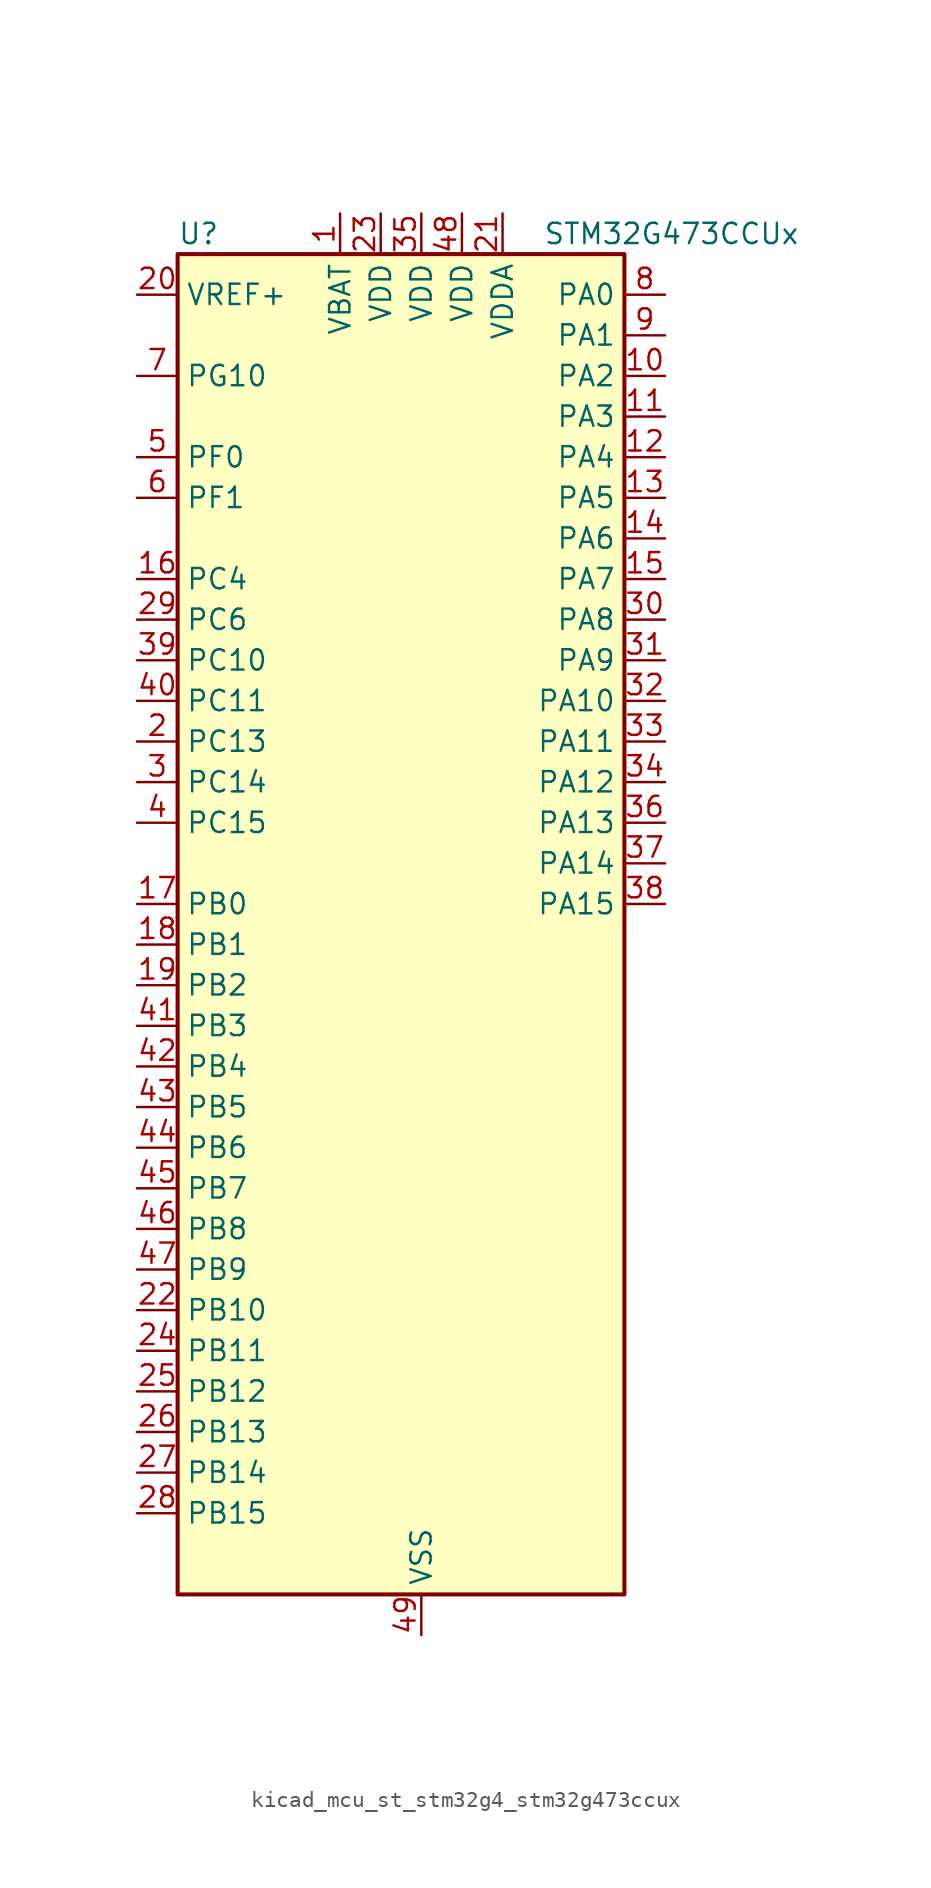
<source format=kicad_sym>
(kicad_symbol_lib
  (version 20220914)
  (generator kicad_symbol_editor)
  (symbol "kicad_mcu_st_stm32g4_stm32g473ccux"
    (property "Reference" "U"
      (at -12.7 44.45 0)
      (effects (font (size 1.27 1.27)) (justify left)))
    (property "Value" "STM32G473CCUx"
      (at 10.16 44.45 0)
      (effects (font (size 1.27 1.27)) (justify left)))
    (property "ki_locked" ""
      (at 0 0 0)
      (effects (font (size 1.27 1.27))))
    (symbol "kicad_mcu_st_stm32g4_stm32g473ccux_0_1"
      (rectangle (start -12.7 -40.64) (end 15.24 43.18) (stroke (width 0.254) (type default)) (fill (type background))))
    (symbol "kicad_mcu_st_stm32g4_stm32g473ccux_1_1"
      (pin power_in line (at -2.54 45.72 270) (length 2.54) (name "VBAT" (effects (font (size 1.27 1.27)))) (number "1" (effects (font (size 1.27 1.27)))))
      (pin bidirectional line (at 17.78 35.56 180) (length 2.54) (name "PA2" (effects (font (size 1.27 1.27)))) (number "10" (effects (font (size 1.27 1.27)))) (alternate "ADC1_IN3" bidirectional line) (alternate "ADC3_EXTI2" bidirectional line) (alternate "ADC4_EXTI2" bidirectional line) (alternate "ADC5_EXTI2" bidirectional line) (alternate "COMP2_INM" bidirectional line) (alternate "COMP2_OUT" bidirectional line) (alternate "LPUART1_TX" bidirectional line) (alternate "OPAMP1_VOUT" bidirectional line) (alternate "QUADSPI1_BK1_NCS" bidirectional line) (alternate "RCC_LSCO" bidirectional line) (alternate "SYS_WKUP4" bidirectional line) (alternate "TIM15_CH1" bidirectional line) (alternate "TIM2_CH3" bidirectional line) (alternate "TIM5_CH3" bidirectional line) (alternate "UCPD1_FRSTX1" bidirectional line) (alternate "UCPD1_FRSTX2" bidirectional line) (alternate "USART2_TX" bidirectional line))
      (pin bidirectional line (at 17.78 33.02 180) (length 2.54) (name "PA3" (effects (font (size 1.27 1.27)))) (number "11" (effects (font (size 1.27 1.27)))) (alternate "ADC1_IN4" bidirectional line) (alternate "ADC3_EXTI3" bidirectional line) (alternate "ADC4_EXTI3" bidirectional line) (alternate "ADC5_EXTI3" bidirectional line) (alternate "COMP2_INP" bidirectional line) (alternate "LPUART1_RX" bidirectional line) (alternate "OPAMP1_VINM" bidirectional line) (alternate "OPAMP1_VINM0" bidirectional line) (alternate "OPAMP1_VINM_SEC" bidirectional line) (alternate "OPAMP1_VINP" bidirectional line) (alternate "OPAMP1_VINP_SEC" bidirectional line) (alternate "OPAMP5_VINM" bidirectional line) (alternate "OPAMP5_VINM1" bidirectional line) (alternate "OPAMP5_VINM_SEC" bidirectional line) (alternate "QUADSPI1_CLK" bidirectional line) (alternate "SAI1_CK1" bidirectional line) (alternate "SAI1_MCLK_A" bidirectional line) (alternate "TIM15_CH2" bidirectional line) (alternate "TIM2_CH4" bidirectional line) (alternate "TIM5_CH4" bidirectional line) (alternate "USART2_RX" bidirectional line))
      (pin bidirectional line (at 17.78 30.48 180) (length 2.54) (name "PA4" (effects (font (size 1.27 1.27)))) (number "12" (effects (font (size 1.27 1.27)))) (alternate "ADC2_IN17" bidirectional line) (alternate "COMP1_INM" bidirectional line) (alternate "DAC1_OUT1" bidirectional line) (alternate "I2S3_WS" bidirectional line) (alternate "SAI1_FS_B" bidirectional line) (alternate "SPI1_NSS" bidirectional line) (alternate "SPI3_NSS" bidirectional line) (alternate "TIM3_CH2" bidirectional line) (alternate "USART2_CK" bidirectional line))
      (pin bidirectional line (at 17.78 27.94 180) (length 2.54) (name "PA5" (effects (font (size 1.27 1.27)))) (number "13" (effects (font (size 1.27 1.27)))) (alternate "ADC2_IN13" bidirectional line) (alternate "COMP2_INM" bidirectional line) (alternate "DAC1_OUT2" bidirectional line) (alternate "OPAMP2_VINM" bidirectional line) (alternate "OPAMP2_VINM0" bidirectional line) (alternate "OPAMP2_VINM_SEC" bidirectional line) (alternate "SPI1_SCK" bidirectional line) (alternate "TIM2_CH1" bidirectional line) (alternate "TIM2_ETR" bidirectional line) (alternate "UCPD1_FRSTX1" bidirectional line) (alternate "UCPD1_FRSTX2" bidirectional line))
      (pin bidirectional line (at 17.78 25.4 180) (length 2.54) (name "PA6" (effects (font (size 1.27 1.27)))) (number "14" (effects (font (size 1.27 1.27)))) (alternate "ADC2_IN3" bidirectional line) (alternate "COMP1_OUT" bidirectional line) (alternate "DAC2_OUT1" bidirectional line) (alternate "LPUART1_CTS" bidirectional line) (alternate "OPAMP2_VOUT" bidirectional line) (alternate "QUADSPI1_BK1_IO3" bidirectional line) (alternate "SPI1_MISO" bidirectional line) (alternate "TIM16_CH1" bidirectional line) (alternate "TIM1_BKIN" bidirectional line) (alternate "TIM3_CH1" bidirectional line) (alternate "TIM8_BKIN" bidirectional line))
      (pin bidirectional line (at 17.78 22.86 180) (length 2.54) (name "PA7" (effects (font (size 1.27 1.27)))) (number "15" (effects (font (size 1.27 1.27)))) (alternate "ADC2_IN4" bidirectional line) (alternate "COMP2_INP" bidirectional line) (alternate "COMP2_OUT" bidirectional line) (alternate "OPAMP1_VINP" bidirectional line) (alternate "OPAMP1_VINP_SEC" bidirectional line) (alternate "OPAMP2_VINP" bidirectional line) (alternate "OPAMP2_VINP_SEC" bidirectional line) (alternate "QUADSPI1_BK1_IO2" bidirectional line) (alternate "SPI1_MOSI" bidirectional line) (alternate "TIM17_CH1" bidirectional line) (alternate "TIM1_CH1N" bidirectional line) (alternate "TIM3_CH2" bidirectional line) (alternate "TIM8_CH1N" bidirectional line) (alternate "UCPD1_FRSTX1" bidirectional line) (alternate "UCPD1_FRSTX2" bidirectional line))
      (pin bidirectional line (at -15.24 22.86 0) (length 2.54) (name "PC4" (effects (font (size 1.27 1.27)))) (number "16" (effects (font (size 1.27 1.27)))) (alternate "ADC2_IN5" bidirectional line) (alternate "I2C2_SCL" bidirectional line) (alternate "QUADSPI1_BK2_IO3" bidirectional line) (alternate "TIM1_ETR" bidirectional line) (alternate "USART1_TX" bidirectional line))
      (pin bidirectional line (at -15.24 2.54 0) (length 2.54) (name "PB0" (effects (font (size 1.27 1.27)))) (number "17" (effects (font (size 1.27 1.27)))) (alternate "ADC1_IN15" bidirectional line) (alternate "ADC3_IN12" bidirectional line) (alternate "COMP4_INP" bidirectional line) (alternate "OPAMP2_VINP" bidirectional line) (alternate "OPAMP2_VINP_SEC" bidirectional line) (alternate "OPAMP3_VINP" bidirectional line) (alternate "OPAMP3_VINP_SEC" bidirectional line) (alternate "QUADSPI1_BK1_IO1" bidirectional line) (alternate "TIM1_CH2N" bidirectional line) (alternate "TIM3_CH3" bidirectional line) (alternate "TIM8_CH2N" bidirectional line) (alternate "UCPD1_FRSTX1" bidirectional line) (alternate "UCPD1_FRSTX2" bidirectional line))
      (pin bidirectional line (at -15.24 0 0) (length 2.54) (name "PB1" (effects (font (size 1.27 1.27)))) (number "18" (effects (font (size 1.27 1.27)))) (alternate "ADC1_IN12" bidirectional line) (alternate "ADC3_IN1" bidirectional line) (alternate "COMP1_INP" bidirectional line) (alternate "COMP4_OUT" bidirectional line) (alternate "LPUART1_DE" bidirectional line) (alternate "LPUART1_RTS" bidirectional line) (alternate "OPAMP3_VOUT" bidirectional line) (alternate "OPAMP6_VINM" bidirectional line) (alternate "OPAMP6_VINM1" bidirectional line) (alternate "OPAMP6_VINM_SEC" bidirectional line) (alternate "QUADSPI1_BK1_IO0" bidirectional line) (alternate "TIM1_CH3N" bidirectional line) (alternate "TIM3_CH4" bidirectional line) (alternate "TIM8_CH3N" bidirectional line))
      (pin bidirectional line (at -15.24 -2.54 0) (length 2.54) (name "PB2" (effects (font (size 1.27 1.27)))) (number "19" (effects (font (size 1.27 1.27)))) (alternate "ADC2_IN12" bidirectional line) (alternate "ADC3_EXTI2" bidirectional line) (alternate "ADC4_EXTI2" bidirectional line) (alternate "ADC5_EXTI2" bidirectional line) (alternate "COMP4_INM" bidirectional line) (alternate "I2C3_SMBA" bidirectional line) (alternate "LPTIM1_OUT" bidirectional line) (alternate "OPAMP3_VINM" bidirectional line) (alternate "OPAMP3_VINM0" bidirectional line) (alternate "OPAMP3_VINM_SEC" bidirectional line) (alternate "QUADSPI1_BK2_IO1" bidirectional line) (alternate "RTC_OUT2" bidirectional line) (alternate "TIM20_CH1" bidirectional line) (alternate "TIM5_CH1" bidirectional line))
      (pin bidirectional line (at -15.24 12.7 0) (length 2.54) (name "PC13" (effects (font (size 1.27 1.27)))) (number "2" (effects (font (size 1.27 1.27)))) (alternate "RTC_OUT1" bidirectional line) (alternate "RTC_TAMP1" bidirectional line) (alternate "RTC_TS" bidirectional line) (alternate "SYS_WKUP2" bidirectional line) (alternate "TIM1_BKIN" bidirectional line) (alternate "TIM1_CH1N" bidirectional line) (alternate "TIM8_CH4N" bidirectional line))
      (pin input line (at -15.24 40.64 0) (length 2.54) (name "VREF+" (effects (font (size 1.27 1.27)))) (number "20" (effects (font (size 1.27 1.27)))) (alternate "VREFBUF_OUT" bidirectional line))
      (pin power_in line (at 7.62 45.72 270) (length 2.54) (name "VDDA" (effects (font (size 1.27 1.27)))) (number "21" (effects (font (size 1.27 1.27)))))
      (pin bidirectional line (at -15.24 -22.86 0) (length 2.54) (name "PB10" (effects (font (size 1.27 1.27)))) (number "22" (effects (font (size 1.27 1.27)))) (alternate "COMP5_INM" bidirectional line) (alternate "DAC1_EXTI10" bidirectional line) (alternate "DAC2_EXTI10" bidirectional line) (alternate "DAC3_EXTI10" bidirectional line) (alternate "DAC4_EXTI10" bidirectional line) (alternate "LPUART1_RX" bidirectional line) (alternate "OPAMP3_VINM" bidirectional line) (alternate "OPAMP3_VINM1" bidirectional line) (alternate "OPAMP3_VINM_SEC" bidirectional line) (alternate "OPAMP4_VINM" bidirectional line) (alternate "OPAMP4_VINM0" bidirectional line) (alternate "OPAMP4_VINM_SEC" bidirectional line) (alternate "QUADSPI1_CLK" bidirectional line) (alternate "SAI1_SCK_A" bidirectional line) (alternate "TIM1_BKIN" bidirectional line) (alternate "TIM2_CH3" bidirectional line) (alternate "USART3_TX" bidirectional line))
      (pin power_in line (at 0 45.72 270) (length 2.54) (name "VDD" (effects (font (size 1.27 1.27)))) (number "23" (effects (font (size 1.27 1.27)))))
      (pin bidirectional line (at -15.24 -25.4 0) (length 2.54) (name "PB11" (effects (font (size 1.27 1.27)))) (number "24" (effects (font (size 1.27 1.27)))) (alternate "ADC1_EXTI11" bidirectional line) (alternate "ADC1_IN14" bidirectional line) (alternate "ADC2_EXTI11" bidirectional line) (alternate "ADC2_IN14" bidirectional line) (alternate "COMP6_INP" bidirectional line) (alternate "LPUART1_TX" bidirectional line) (alternate "OPAMP4_VINP" bidirectional line) (alternate "OPAMP4_VINP_SEC" bidirectional line) (alternate "OPAMP6_VOUT" bidirectional line) (alternate "QUADSPI1_BK1_NCS" bidirectional line) (alternate "TIM2_CH4" bidirectional line) (alternate "USART3_RX" bidirectional line))
      (pin bidirectional line (at -15.24 -27.94 0) (length 2.54) (name "PB12" (effects (font (size 1.27 1.27)))) (number "25" (effects (font (size 1.27 1.27)))) (alternate "ADC1_IN11" bidirectional line) (alternate "ADC4_IN3" bidirectional line) (alternate "COMP7_INM" bidirectional line) (alternate "FDCAN2_RX" bidirectional line) (alternate "I2C2_SMBA" bidirectional line) (alternate "I2S2_WS" bidirectional line) (alternate "LPUART1_DE" bidirectional line) (alternate "LPUART1_RTS" bidirectional line) (alternate "OPAMP4_VOUT" bidirectional line) (alternate "OPAMP6_VINP" bidirectional line) (alternate "OPAMP6_VINP_SEC" bidirectional line) (alternate "SPI2_NSS" bidirectional line) (alternate "TIM1_BKIN" bidirectional line) (alternate "TIM5_ETR" bidirectional line) (alternate "USART3_CK" bidirectional line))
      (pin bidirectional line (at -15.24 -30.48 0) (length 2.54) (name "PB13" (effects (font (size 1.27 1.27)))) (number "26" (effects (font (size 1.27 1.27)))) (alternate "ADC3_IN5" bidirectional line) (alternate "COMP5_INP" bidirectional line) (alternate "FDCAN2_TX" bidirectional line) (alternate "I2S2_CK" bidirectional line) (alternate "LPUART1_CTS" bidirectional line) (alternate "OPAMP3_VINP" bidirectional line) (alternate "OPAMP3_VINP_SEC" bidirectional line) (alternate "OPAMP4_VINP" bidirectional line) (alternate "OPAMP4_VINP_SEC" bidirectional line) (alternate "OPAMP6_VINP" bidirectional line) (alternate "OPAMP6_VINP_SEC" bidirectional line) (alternate "SPI2_SCK" bidirectional line) (alternate "TIM1_CH1N" bidirectional line) (alternate "USART3_CTS" bidirectional line) (alternate "USART3_NSS" bidirectional line))
      (pin bidirectional line (at -15.24 -33.02 0) (length 2.54) (name "PB14" (effects (font (size 1.27 1.27)))) (number "27" (effects (font (size 1.27 1.27)))) (alternate "ADC1_IN5" bidirectional line) (alternate "ADC4_IN4" bidirectional line) (alternate "COMP4_OUT" bidirectional line) (alternate "COMP7_INP" bidirectional line) (alternate "OPAMP2_VINP" bidirectional line) (alternate "OPAMP2_VINP_SEC" bidirectional line) (alternate "OPAMP5_VINP" bidirectional line) (alternate "OPAMP5_VINP_SEC" bidirectional line) (alternate "SPI2_MISO" bidirectional line) (alternate "TIM15_CH1" bidirectional line) (alternate "TIM1_CH2N" bidirectional line) (alternate "USART3_DE" bidirectional line) (alternate "USART3_RTS" bidirectional line))
      (pin bidirectional line (at -15.24 -35.56 0) (length 2.54) (name "PB15" (effects (font (size 1.27 1.27)))) (number "28" (effects (font (size 1.27 1.27)))) (alternate "ADC1_EXTI15" bidirectional line) (alternate "ADC2_EXTI15" bidirectional line) (alternate "ADC2_IN15" bidirectional line) (alternate "ADC4_IN5" bidirectional line) (alternate "COMP3_OUT" bidirectional line) (alternate "COMP6_INM" bidirectional line) (alternate "I2S2_SD" bidirectional line) (alternate "OPAMP5_VINM" bidirectional line) (alternate "OPAMP5_VINM0" bidirectional line) (alternate "OPAMP5_VINM_SEC" bidirectional line) (alternate "RTC_REFIN" bidirectional line) (alternate "SPI2_MOSI" bidirectional line) (alternate "TIM15_CH1N" bidirectional line) (alternate "TIM15_CH2" bidirectional line) (alternate "TIM1_CH3N" bidirectional line))
      (pin bidirectional line (at -15.24 20.32 0) (length 2.54) (name "PC6" (effects (font (size 1.27 1.27)))) (number "29" (effects (font (size 1.27 1.27)))) (alternate "COMP6_OUT" bidirectional line) (alternate "I2C4_SCL" bidirectional line) (alternate "I2S2_MCK" bidirectional line) (alternate "TIM3_CH1" bidirectional line) (alternate "TIM8_CH1" bidirectional line))
      (pin bidirectional line (at -15.24 10.16 0) (length 2.54) (name "PC14" (effects (font (size 1.27 1.27)))) (number "3" (effects (font (size 1.27 1.27)))) (alternate "RCC_OSC32_IN" bidirectional line))
      (pin bidirectional line (at 17.78 20.32 180) (length 2.54) (name "PA8" (effects (font (size 1.27 1.27)))) (number "30" (effects (font (size 1.27 1.27)))) (alternate "ADC5_IN1" bidirectional line) (alternate "COMP7_OUT" bidirectional line) (alternate "FDCAN3_RX" bidirectional line) (alternate "I2C2_SDA" bidirectional line) (alternate "I2C3_SCL" bidirectional line) (alternate "I2S2_MCK" bidirectional line) (alternate "OPAMP5_VOUT" bidirectional line) (alternate "RCC_MCO" bidirectional line) (alternate "SAI1_CK2" bidirectional line) (alternate "SAI1_SCK_A" bidirectional line) (alternate "TIM1_CH1" bidirectional line) (alternate "TIM4_ETR" bidirectional line) (alternate "USART1_CK" bidirectional line))
      (pin bidirectional line (at 17.78 17.78 180) (length 2.54) (name "PA9" (effects (font (size 1.27 1.27)))) (number "31" (effects (font (size 1.27 1.27)))) (alternate "ADC5_IN2" bidirectional line) (alternate "COMP5_OUT" bidirectional line) (alternate "DAC1_EXTI9" bidirectional line) (alternate "DAC2_EXTI9" bidirectional line) (alternate "DAC3_EXTI9" bidirectional line) (alternate "DAC4_EXTI9" bidirectional line) (alternate "I2C2_SCL" bidirectional line) (alternate "I2C3_SMBA" bidirectional line) (alternate "I2S3_MCK" bidirectional line) (alternate "SAI1_FS_A" bidirectional line) (alternate "TIM15_BKIN" bidirectional line) (alternate "TIM1_CH2" bidirectional line) (alternate "TIM2_CH3" bidirectional line) (alternate "UCPD1_DBCC1" bidirectional line) (alternate "USART1_TX" bidirectional line))
      (pin bidirectional line (at 17.78 15.24 180) (length 2.54) (name "PA10" (effects (font (size 1.27 1.27)))) (number "32" (effects (font (size 1.27 1.27)))) (alternate "COMP6_OUT" bidirectional line) (alternate "CRS_SYNC" bidirectional line) (alternate "DAC1_EXTI10" bidirectional line) (alternate "DAC2_EXTI10" bidirectional line) (alternate "DAC3_EXTI10" bidirectional line) (alternate "DAC4_EXTI10" bidirectional line) (alternate "I2C2_SMBA" bidirectional line) (alternate "SAI1_D1" bidirectional line) (alternate "SAI1_SD_A" bidirectional line) (alternate "SPI2_MISO" bidirectional line) (alternate "TIM17_BKIN" bidirectional line) (alternate "TIM1_CH3" bidirectional line) (alternate "TIM2_CH4" bidirectional line) (alternate "TIM8_BKIN" bidirectional line) (alternate "UCPD1_DBCC2" bidirectional line) (alternate "USART1_RX" bidirectional line))
      (pin bidirectional line (at 17.78 12.7 180) (length 2.54) (name "PA11" (effects (font (size 1.27 1.27)))) (number "33" (effects (font (size 1.27 1.27)))) (alternate "ADC1_EXTI11" bidirectional line) (alternate "ADC2_EXTI11" bidirectional line) (alternate "COMP1_OUT" bidirectional line) (alternate "FDCAN1_RX" bidirectional line) (alternate "I2S2_SD" bidirectional line) (alternate "SPI2_MOSI" bidirectional line) (alternate "TIM1_BKIN2" bidirectional line) (alternate "TIM1_CH1N" bidirectional line) (alternate "TIM1_CH4" bidirectional line) (alternate "TIM4_CH1" bidirectional line) (alternate "USART1_CTS" bidirectional line) (alternate "USART1_NSS" bidirectional line) (alternate "USB_DM" bidirectional line))
      (pin bidirectional line (at 17.78 10.16 180) (length 2.54) (name "PA12" (effects (font (size 1.27 1.27)))) (number "34" (effects (font (size 1.27 1.27)))) (alternate "COMP2_OUT" bidirectional line) (alternate "FDCAN1_TX" bidirectional line) (alternate "I2S_CKIN" bidirectional line) (alternate "TIM16_CH1" bidirectional line) (alternate "TIM1_CH2N" bidirectional line) (alternate "TIM1_ETR" bidirectional line) (alternate "TIM4_CH2" bidirectional line) (alternate "USART1_DE" bidirectional line) (alternate "USART1_RTS" bidirectional line) (alternate "USB_DP" bidirectional line))
      (pin power_in line (at 2.54 45.72 270) (length 2.54) (name "VDD" (effects (font (size 1.27 1.27)))) (number "35" (effects (font (size 1.27 1.27)))))
      (pin bidirectional line (at 17.78 7.62 180) (length 2.54) (name "PA13" (effects (font (size 1.27 1.27)))) (number "36" (effects (font (size 1.27 1.27)))) (alternate "I2C1_SCL" bidirectional line) (alternate "I2C4_SCL" bidirectional line) (alternate "IR_OUT" bidirectional line) (alternate "SAI1_SD_B" bidirectional line) (alternate "SYS_JTMS-SWDIO" bidirectional line) (alternate "TIM16_CH1N" bidirectional line) (alternate "TIM4_CH3" bidirectional line) (alternate "USART3_CTS" bidirectional line) (alternate "USART3_NSS" bidirectional line))
      (pin bidirectional line (at 17.78 5.08 180) (length 2.54) (name "PA14" (effects (font (size 1.27 1.27)))) (number "37" (effects (font (size 1.27 1.27)))) (alternate "I2C1_SDA" bidirectional line) (alternate "I2C4_SMBA" bidirectional line) (alternate "LPTIM1_OUT" bidirectional line) (alternate "SAI1_FS_B" bidirectional line) (alternate "SYS_JTCK-SWCLK" bidirectional line) (alternate "TIM1_BKIN" bidirectional line) (alternate "TIM8_CH2" bidirectional line) (alternate "USART2_TX" bidirectional line))
      (pin bidirectional line (at 17.78 2.54 180) (length 2.54) (name "PA15" (effects (font (size 1.27 1.27)))) (number "38" (effects (font (size 1.27 1.27)))) (alternate "ADC1_EXTI15" bidirectional line) (alternate "ADC2_EXTI15" bidirectional line) (alternate "FDCAN3_TX" bidirectional line) (alternate "I2C1_SCL" bidirectional line) (alternate "I2S3_WS" bidirectional line) (alternate "SPI1_NSS" bidirectional line) (alternate "SPI3_NSS" bidirectional line) (alternate "SYS_JTDI" bidirectional line) (alternate "TIM1_BKIN" bidirectional line) (alternate "TIM2_CH1" bidirectional line) (alternate "TIM2_ETR" bidirectional line) (alternate "TIM8_CH1" bidirectional line) (alternate "UART4_DE" bidirectional line) (alternate "UART4_RTS" bidirectional line) (alternate "USART2_RX" bidirectional line))
      (pin bidirectional line (at -15.24 17.78 0) (length 2.54) (name "PC10" (effects (font (size 1.27 1.27)))) (number "39" (effects (font (size 1.27 1.27)))) (alternate "DAC1_EXTI10" bidirectional line) (alternate "DAC2_EXTI10" bidirectional line) (alternate "DAC3_EXTI10" bidirectional line) (alternate "DAC4_EXTI10" bidirectional line) (alternate "I2S3_CK" bidirectional line) (alternate "SPI3_SCK" bidirectional line) (alternate "TIM8_CH1N" bidirectional line) (alternate "UART4_TX" bidirectional line) (alternate "USART3_TX" bidirectional line))
      (pin bidirectional line (at -15.24 7.62 0) (length 2.54) (name "PC15" (effects (font (size 1.27 1.27)))) (number "4" (effects (font (size 1.27 1.27)))) (alternate "ADC1_EXTI15" bidirectional line) (alternate "ADC2_EXTI15" bidirectional line) (alternate "RCC_OSC32_OUT" bidirectional line))
      (pin bidirectional line (at -15.24 15.24 0) (length 2.54) (name "PC11" (effects (font (size 1.27 1.27)))) (number "40" (effects (font (size 1.27 1.27)))) (alternate "ADC1_EXTI11" bidirectional line) (alternate "ADC2_EXTI11" bidirectional line) (alternate "I2C3_SDA" bidirectional line) (alternate "SPI3_MISO" bidirectional line) (alternate "TIM8_CH2N" bidirectional line) (alternate "UART4_RX" bidirectional line) (alternate "USART3_RX" bidirectional line))
      (pin bidirectional line (at -15.24 -5.08 0) (length 2.54) (name "PB3" (effects (font (size 1.27 1.27)))) (number "41" (effects (font (size 1.27 1.27)))) (alternate "ADC3_EXTI3" bidirectional line) (alternate "ADC4_EXTI3" bidirectional line) (alternate "ADC5_EXTI3" bidirectional line) (alternate "CRS_SYNC" bidirectional line) (alternate "FDCAN3_RX" bidirectional line) (alternate "I2S3_CK" bidirectional line) (alternate "SAI1_SCK_B" bidirectional line) (alternate "SPI1_SCK" bidirectional line) (alternate "SPI3_SCK" bidirectional line) (alternate "SYS_JTDO-SWO" bidirectional line) (alternate "TIM2_CH2" bidirectional line) (alternate "TIM3_ETR" bidirectional line) (alternate "TIM4_ETR" bidirectional line) (alternate "TIM8_CH1N" bidirectional line) (alternate "USART2_TX" bidirectional line))
      (pin bidirectional line (at -15.24 -7.62 0) (length 2.54) (name "PB4" (effects (font (size 1.27 1.27)))) (number "42" (effects (font (size 1.27 1.27)))) (alternate "FDCAN3_TX" bidirectional line) (alternate "SAI1_MCLK_B" bidirectional line) (alternate "SPI1_MISO" bidirectional line) (alternate "SPI3_MISO" bidirectional line) (alternate "SYS_JTRST" bidirectional line) (alternate "TIM16_CH1" bidirectional line) (alternate "TIM17_BKIN" bidirectional line) (alternate "TIM3_CH1" bidirectional line) (alternate "TIM8_CH2N" bidirectional line) (alternate "UCPD1_CC2" bidirectional line) (alternate "USART2_RX" bidirectional line))
      (pin bidirectional line (at -15.24 -10.16 0) (length 2.54) (name "PB5" (effects (font (size 1.27 1.27)))) (number "43" (effects (font (size 1.27 1.27)))) (alternate "FDCAN2_RX" bidirectional line) (alternate "I2C1_SMBA" bidirectional line) (alternate "I2C3_SDA" bidirectional line) (alternate "I2S3_SD" bidirectional line) (alternate "LPTIM1_IN1" bidirectional line) (alternate "SAI1_SD_B" bidirectional line) (alternate "SPI1_MOSI" bidirectional line) (alternate "SPI3_MOSI" bidirectional line) (alternate "TIM16_BKIN" bidirectional line) (alternate "TIM17_CH1" bidirectional line) (alternate "TIM3_CH2" bidirectional line) (alternate "TIM8_CH3N" bidirectional line) (alternate "USART2_CK" bidirectional line))
      (pin bidirectional line (at -15.24 -12.7 0) (length 2.54) (name "PB6" (effects (font (size 1.27 1.27)))) (number "44" (effects (font (size 1.27 1.27)))) (alternate "COMP4_OUT" bidirectional line) (alternate "FDCAN2_TX" bidirectional line) (alternate "LPTIM1_ETR" bidirectional line) (alternate "SAI1_FS_B" bidirectional line) (alternate "TIM16_CH1N" bidirectional line) (alternate "TIM4_CH1" bidirectional line) (alternate "TIM8_BKIN2" bidirectional line) (alternate "TIM8_CH1" bidirectional line) (alternate "TIM8_ETR" bidirectional line) (alternate "UCPD1_CC1" bidirectional line) (alternate "USART1_TX" bidirectional line))
      (pin bidirectional line (at -15.24 -15.24 0) (length 2.54) (name "PB7" (effects (font (size 1.27 1.27)))) (number "45" (effects (font (size 1.27 1.27)))) (alternate "COMP3_OUT" bidirectional line) (alternate "I2C1_SDA" bidirectional line) (alternate "I2C4_SDA" bidirectional line) (alternate "LPTIM1_IN2" bidirectional line) (alternate "SYS_PVD_IN" bidirectional line) (alternate "TIM17_CH1N" bidirectional line) (alternate "TIM3_CH4" bidirectional line) (alternate "TIM4_CH2" bidirectional line) (alternate "TIM8_BKIN" bidirectional line) (alternate "UART4_CTS" bidirectional line) (alternate "USART1_RX" bidirectional line))
      (pin bidirectional line (at -15.24 -17.78 0) (length 2.54) (name "PB8" (effects (font (size 1.27 1.27)))) (number "46" (effects (font (size 1.27 1.27)))) (alternate "COMP1_OUT" bidirectional line) (alternate "FDCAN1_RX" bidirectional line) (alternate "I2C1_SCL" bidirectional line) (alternate "SAI1_CK1" bidirectional line) (alternate "SAI1_MCLK_A" bidirectional line) (alternate "TIM16_CH1" bidirectional line) (alternate "TIM1_BKIN" bidirectional line) (alternate "TIM4_CH3" bidirectional line) (alternate "TIM8_CH2" bidirectional line) (alternate "USART3_RX" bidirectional line))
      (pin bidirectional line (at -15.24 -20.32 0) (length 2.54) (name "PB9" (effects (font (size 1.27 1.27)))) (number "47" (effects (font (size 1.27 1.27)))) (alternate "COMP2_OUT" bidirectional line) (alternate "DAC1_EXTI9" bidirectional line) (alternate "DAC2_EXTI9" bidirectional line) (alternate "DAC3_EXTI9" bidirectional line) (alternate "DAC4_EXTI9" bidirectional line) (alternate "FDCAN1_TX" bidirectional line) (alternate "I2C1_SDA" bidirectional line) (alternate "IR_OUT" bidirectional line) (alternate "SAI1_D2" bidirectional line) (alternate "SAI1_FS_A" bidirectional line) (alternate "TIM17_CH1" bidirectional line) (alternate "TIM1_CH3N" bidirectional line) (alternate "TIM4_CH4" bidirectional line) (alternate "TIM8_CH3" bidirectional line) (alternate "USART3_TX" bidirectional line))
      (pin power_in line (at 5.08 45.72 270) (length 2.54) (name "VDD" (effects (font (size 1.27 1.27)))) (number "48" (effects (font (size 1.27 1.27)))))
      (pin power_in line (at 2.54 -43.18 90) (length 2.54) (name "VSS" (effects (font (size 1.27 1.27)))) (number "49" (effects (font (size 1.27 1.27)))))
      (pin bidirectional line (at -15.24 30.48 0) (length 2.54) (name "PF0" (effects (font (size 1.27 1.27)))) (number "5" (effects (font (size 1.27 1.27)))) (alternate "ADC1_IN10" bidirectional line) (alternate "I2C2_SDA" bidirectional line) (alternate "I2S2_WS" bidirectional line) (alternate "RCC_OSC_IN" bidirectional line) (alternate "SPI2_NSS" bidirectional line) (alternate "TIM1_CH3N" bidirectional line))
      (pin bidirectional line (at -15.24 27.94 0) (length 2.54) (name "PF1" (effects (font (size 1.27 1.27)))) (number "6" (effects (font (size 1.27 1.27)))) (alternate "ADC2_IN10" bidirectional line) (alternate "COMP3_INM" bidirectional line) (alternate "I2S2_CK" bidirectional line) (alternate "RCC_OSC_OUT" bidirectional line) (alternate "SPI2_SCK" bidirectional line))
      (pin bidirectional line (at -15.24 35.56 0) (length 2.54) (name "PG10" (effects (font (size 1.27 1.27)))) (number "7" (effects (font (size 1.27 1.27)))) (alternate "DAC1_EXTI10" bidirectional line) (alternate "DAC2_EXTI10" bidirectional line) (alternate "DAC3_EXTI10" bidirectional line) (alternate "DAC4_EXTI10" bidirectional line) (alternate "RCC_MCO" bidirectional line))
      (pin bidirectional line (at 17.78 40.64 180) (length 2.54) (name "PA0" (effects (font (size 1.27 1.27)))) (number "8" (effects (font (size 1.27 1.27)))) (alternate "ADC1_IN1" bidirectional line) (alternate "ADC2_IN1" bidirectional line) (alternate "COMP1_INM" bidirectional line) (alternate "COMP1_OUT" bidirectional line) (alternate "COMP3_INP" bidirectional line) (alternate "RTC_TAMP2" bidirectional line) (alternate "SYS_WKUP1" bidirectional line) (alternate "TIM2_CH1" bidirectional line) (alternate "TIM2_ETR" bidirectional line) (alternate "TIM5_CH1" bidirectional line) (alternate "TIM8_BKIN" bidirectional line) (alternate "TIM8_ETR" bidirectional line) (alternate "USART2_CTS" bidirectional line) (alternate "USART2_NSS" bidirectional line))
      (pin bidirectional line (at 17.78 38.1 180) (length 2.54) (name "PA1" (effects (font (size 1.27 1.27)))) (number "9" (effects (font (size 1.27 1.27)))) (alternate "ADC1_IN2" bidirectional line) (alternate "ADC2_IN2" bidirectional line) (alternate "COMP1_INP" bidirectional line) (alternate "OPAMP1_VINP" bidirectional line) (alternate "OPAMP1_VINP_SEC" bidirectional line) (alternate "OPAMP3_VINP" bidirectional line) (alternate "OPAMP3_VINP_SEC" bidirectional line) (alternate "OPAMP6_VINM" bidirectional line) (alternate "OPAMP6_VINM0" bidirectional line) (alternate "OPAMP6_VINM_SEC" bidirectional line) (alternate "RTC_REFIN" bidirectional line) (alternate "TIM15_CH1N" bidirectional line) (alternate "TIM2_CH2" bidirectional line) (alternate "TIM5_CH2" bidirectional line) (alternate "USART2_DE" bidirectional line) (alternate "USART2_RTS" bidirectional line)))))
</source>
